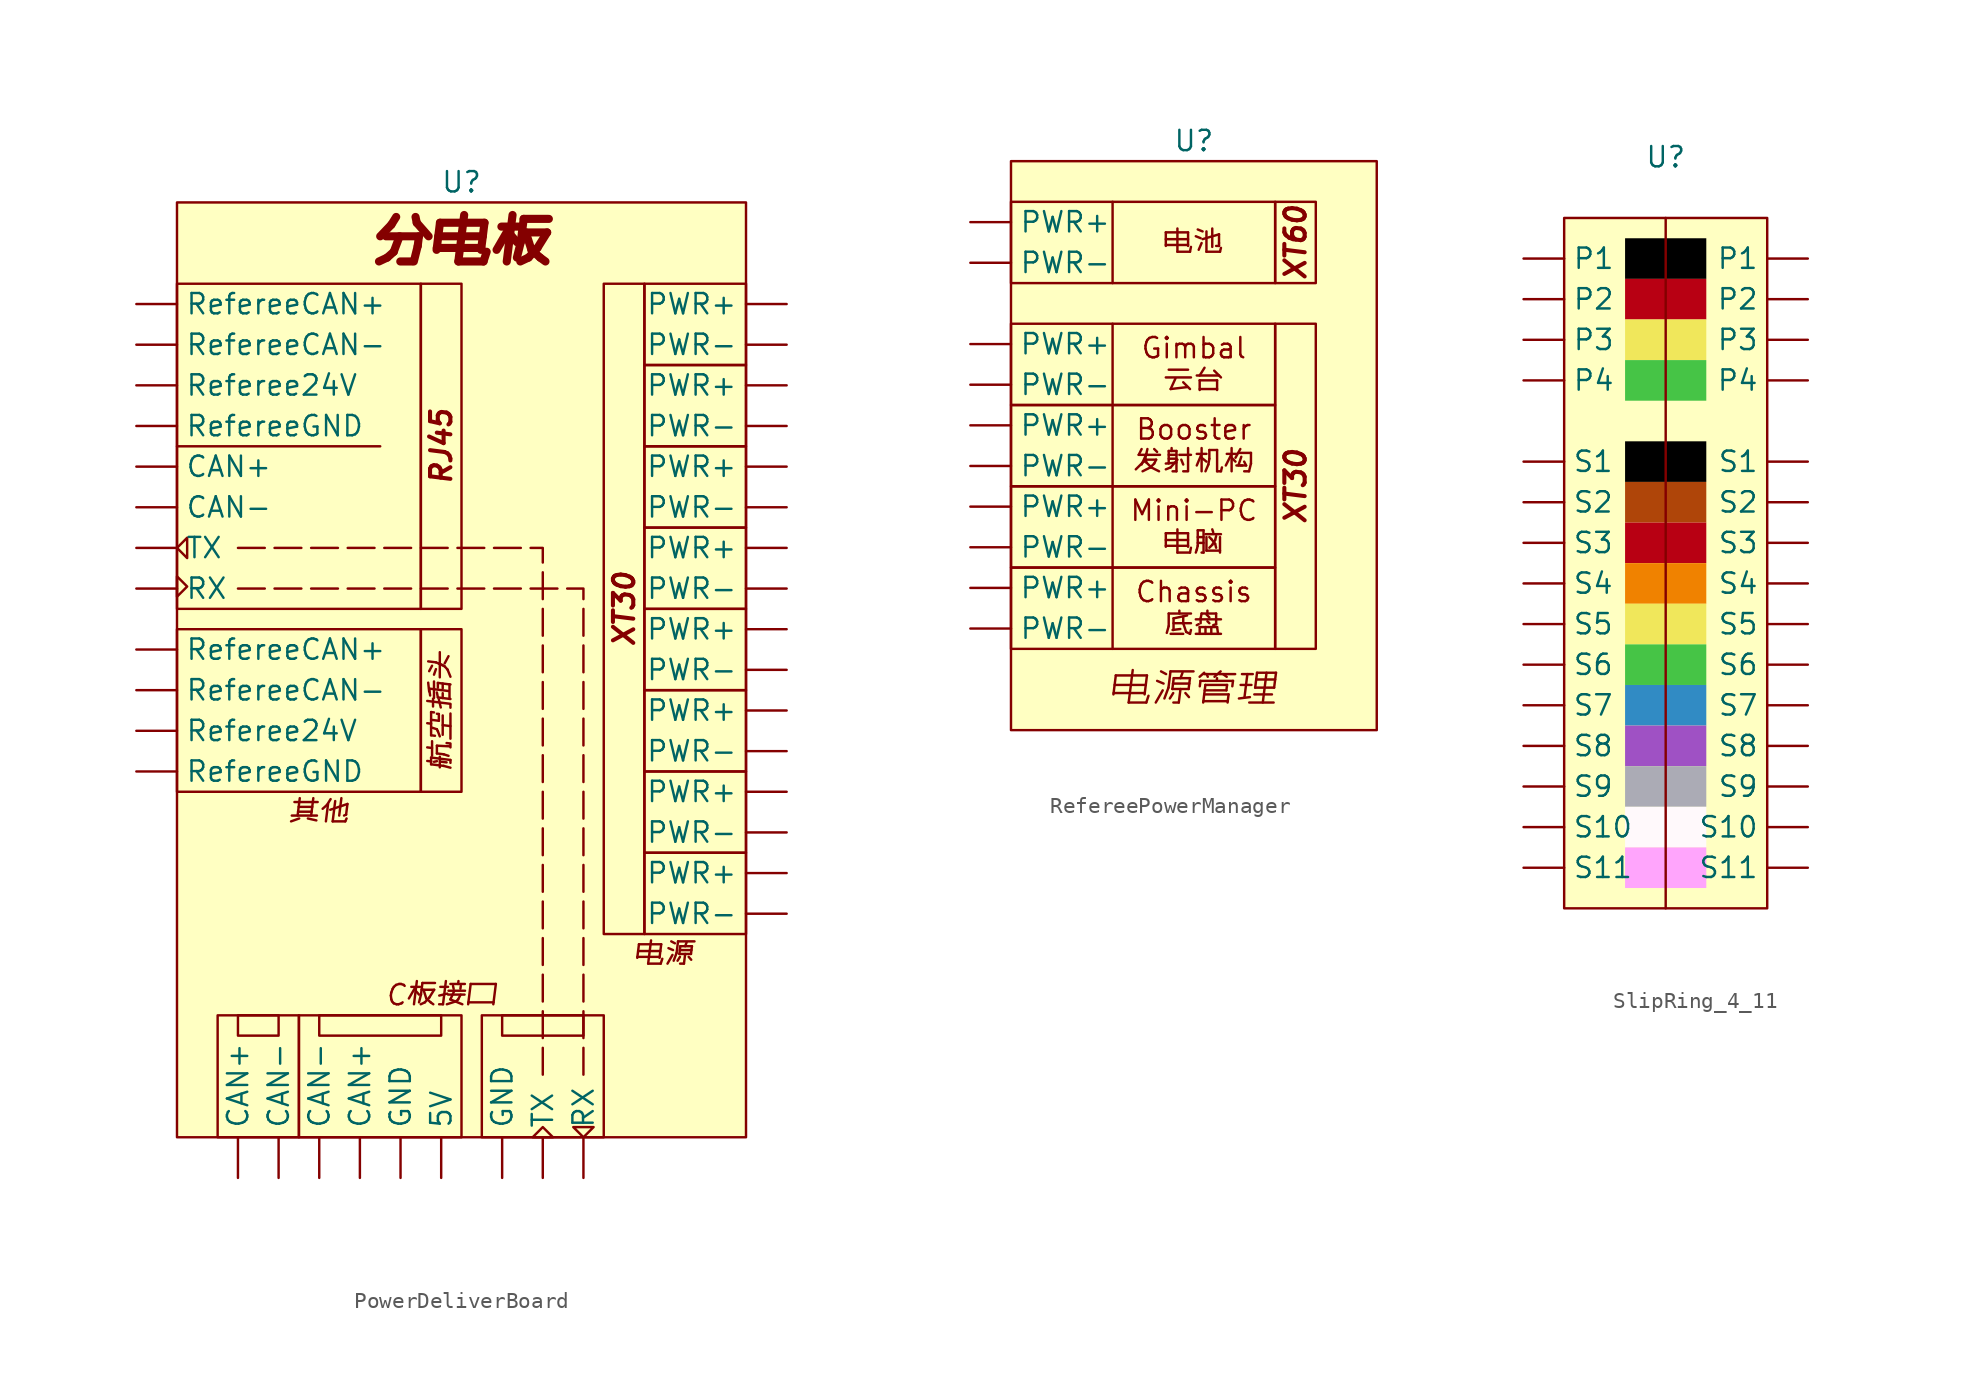
<source format=kicad_sym>
(kicad_symbol_lib
  (version 20220914)
  (generator kicad_symbol_editor)
  (symbol "PowerDeliverBoard"
    (property "Reference" "U"
      (at 0 30.48 0)
      (effects (font (size 1.27 1.27))))
    (property "Value" ""
      (at 12.065 15.24 0)
      (effects (font (size 1.27 1.27))))
    (symbol "PowerDeliverBoard_1_1"
      (rectangle (start -17.78 2.54) (end -2.54 -7.62) (stroke (width 0) (type default)) (fill (type background)))
      (rectangle (start -17.78 24.13) (end -2.54 3.81) (stroke (width 0) (type default)) (fill (type background)))
      (rectangle (start -17.78 29.21) (end 17.78 -29.21) (stroke (width 0) (type default)) (fill (type background)))
      (rectangle (start -11.43 -22.86) (end -13.97 -21.59) (stroke (width 0) (type default)) (fill (type none)))
      (rectangle (start -10.16 -29.21) (end -15.24 -21.59) (stroke (width 0) (type default)) (fill (type background)))
      (rectangle (start -2.54 2.54) (end 0 -7.62) (stroke (width 0) (type default)) (fill (type background)))
      (rectangle (start -2.54 24.13) (end 0 3.81) (stroke (width 0) (type default)) (fill (type background)))
      (rectangle (start -1.27 -22.86) (end -8.89 -21.59) (stroke (width 0) (type default)) (fill (type none)))
      (rectangle (start 0 -29.21) (end -10.16 -21.59) (stroke (width 0) (type default)) (fill (type background)))
      (polyline (pts (xy -17.78 13.97) (xy -5.08 13.97)) (stroke (width 0) (type default)) (fill (type none)))
      (polyline (pts (xy -13.97 5.08) (xy 7.62 5.08) (xy 7.62 -25.4)) (stroke (width 0) (type dash)) (fill (type none)))
      (polyline (pts (xy -13.97 7.62) (xy 5.08 7.62) (xy 5.08 -25.4)) (stroke (width 0) (type dash)) (fill (type none)))
      (polyline (pts (xy -17.78 7.62) (xy -17.145 8.255) (xy -17.145 6.985) (xy -17.78 7.62)) (stroke (width 0) (type default)) (fill (type none)))
      (polyline (pts (xy -17.145 5.207) (xy -17.78 5.842) (xy -17.78 4.572) (xy -17.145 5.207)) (stroke (width 0) (type default)) (fill (type none)))
      (polyline (pts (xy 5.08 -28.575) (xy 4.445 -29.21) (xy 5.715 -29.21) (xy 5.08 -28.575)) (stroke (width 0) (type default)) (fill (type none)))
      (polyline (pts (xy 7.62 -29.21) (xy 6.985 -28.575) (xy 8.255 -28.575) (xy 7.62 -29.21)) (stroke (width 0) (type default)) (fill (type none)))
      (rectangle (start 1.27 -29.21) (end 8.89 -21.59) (stroke (width 0) (type default)) (fill (type background)))
      (rectangle (start 2.54 -22.86) (end 7.62 -21.59) (stroke (width 0) (type default)) (fill (type none)))
      (rectangle (start 8.89 24.13) (end 11.43 -16.51) (stroke (width 0) (type default)) (fill (type background)))
      (rectangle (start 11.43 -11.43) (end 17.78 -16.51) (stroke (width 0) (type default)) (fill (type background)))
      (rectangle (start 11.43 -6.35) (end 17.78 -11.43) (stroke (width 0) (type default)) (fill (type background)))
      (rectangle (start 11.43 -1.27) (end 17.78 -6.35) (stroke (width 0) (type default)) (fill (type background)))
      (rectangle (start 11.43 3.81) (end 17.78 -1.27) (stroke (width 0) (type default)) (fill (type background)))
      (rectangle (start 11.43 8.89) (end 17.78 3.81) (stroke (width 0) (type default)) (fill (type background)))
      (rectangle (start 11.43 13.97) (end 17.78 8.89) (stroke (width 0) (type default)) (fill (type background)))
      (rectangle (start 11.43 19.05) (end 17.78 13.97) (stroke (width 0) (type default)) (fill (type background)))
      (rectangle (start 11.43 24.13) (end 17.78 19.05) (stroke (width 0) (type default)) (fill (type background)))
      (text "C板接口" (at -1.27 -20.32 0) (effects (font (size 1.27 1.27) italic)))
      (text "RJ45" (at -1.27 13.97 900) (effects (font (size 1.27 1.27) bold italic)))
      (text "XT30" (at 10.16 3.81 900) (effects (font (size 1.27 1.27) bold italic)))
      (text "其他" (at -8.89 -8.89 0) (effects (font (size 1.27 1.27) italic)))
      (text "分电板" (at 0 26.67 0) (effects (font (size 2.54 2.54) bold italic)))
      (text "电源" (at 12.7 -17.78 0) (effects (font (size 1.27 1.27) italic)))
      (text "航空插头" (at -1.27 -2.54 900) (effects (font (size 1.27 1.27) italic)))
      (pin input line (at -1.27 -31.75 90) (length 2.54) (name "5V" (effects (font (size 1.27 1.27)))) (number "" (effects (font (size 1.27 1.27)))))
      (pin input line (at -20.32 12.7 0) (length 2.54) (name "CAN+" (effects (font (size 1.27 1.27)))) (number "" (effects (font (size 1.27 1.27)))))
      (pin input line (at -13.97 -31.75 90) (length 2.54) (name "CAN+" (effects (font (size 1.27 1.27)))) (number "" (effects (font (size 1.27 1.27)))))
      (pin input line (at -6.35 -31.75 90) (length 2.54) (name "CAN+" (effects (font (size 1.27 1.27)))) (number "" (effects (font (size 1.27 1.27)))))
      (pin input line (at -20.32 10.16 0) (length 2.54) (name "CAN-" (effects (font (size 1.27 1.27)))) (number "" (effects (font (size 1.27 1.27)))))
      (pin input line (at -11.43 -31.75 90) (length 2.54) (name "CAN-" (effects (font (size 1.27 1.27)))) (number "" (effects (font (size 1.27 1.27)))))
      (pin input line (at -8.89 -31.75 90) (length 2.54) (name "CAN-" (effects (font (size 1.27 1.27)))) (number "" (effects (font (size 1.27 1.27)))))
      (pin input line (at -3.81 -31.75 90) (length 2.54) (name "GND" (effects (font (size 1.27 1.27)))) (number "" (effects (font (size 1.27 1.27)))))
      (pin input line (at 2.54 -31.75 90) (length 2.54) (name "GND" (effects (font (size 1.27 1.27)))) (number "" (effects (font (size 1.27 1.27)))))
      (pin input line (at 20.32 -12.7 180) (length 2.54) (name "PWR+" (effects (font (size 1.27 1.27)))) (number "" (effects (font (size 1.27 1.27)))))
      (pin input line (at 20.32 -7.62 180) (length 2.54) (name "PWR+" (effects (font (size 1.27 1.27)))) (number "" (effects (font (size 1.27 1.27)))))
      (pin input line (at 20.32 -2.54 180) (length 2.54) (name "PWR+" (effects (font (size 1.27 1.27)))) (number "" (effects (font (size 1.27 1.27)))))
      (pin input line (at 20.32 2.54 180) (length 2.54) (name "PWR+" (effects (font (size 1.27 1.27)))) (number "" (effects (font (size 1.27 1.27)))))
      (pin input line (at 20.32 7.62 180) (length 2.54) (name "PWR+" (effects (font (size 1.27 1.27)))) (number "" (effects (font (size 1.27 1.27)))))
      (pin input line (at 20.32 12.7 180) (length 2.54) (name "PWR+" (effects (font (size 1.27 1.27)))) (number "" (effects (font (size 1.27 1.27)))))
      (pin input line (at 20.32 17.78 180) (length 2.54) (name "PWR+" (effects (font (size 1.27 1.27)))) (number "" (effects (font (size 1.27 1.27)))))
      (pin input line (at 20.32 22.86 180) (length 2.54) (name "PWR+" (effects (font (size 1.27 1.27)))) (number "" (effects (font (size 1.27 1.27)))))
      (pin input line (at 20.32 -15.24 180) (length 2.54) (name "PWR-" (effects (font (size 1.27 1.27)))) (number "" (effects (font (size 1.27 1.27)))))
      (pin input line (at 20.32 -10.16 180) (length 2.54) (name "PWR-" (effects (font (size 1.27 1.27)))) (number "" (effects (font (size 1.27 1.27)))))
      (pin input line (at 20.32 -5.08 180) (length 2.54) (name "PWR-" (effects (font (size 1.27 1.27)))) (number "" (effects (font (size 1.27 1.27)))))
      (pin input line (at 20.32 0 180) (length 2.54) (name "PWR-" (effects (font (size 1.27 1.27)))) (number "" (effects (font (size 1.27 1.27)))))
      (pin input line (at 20.32 5.08 180) (length 2.54) (name "PWR-" (effects (font (size 1.27 1.27)))) (number "" (effects (font (size 1.27 1.27)))))
      (pin input line (at 20.32 10.16 180) (length 2.54) (name "PWR-" (effects (font (size 1.27 1.27)))) (number "" (effects (font (size 1.27 1.27)))))
      (pin input line (at 20.32 15.24 180) (length 2.54) (name "PWR-" (effects (font (size 1.27 1.27)))) (number "" (effects (font (size 1.27 1.27)))))
      (pin input line (at 20.32 20.32 180) (length 2.54) (name "PWR-" (effects (font (size 1.27 1.27)))) (number "" (effects (font (size 1.27 1.27)))))
      (pin input line (at -20.32 5.08 0) (length 2.54) (name "RX" (effects (font (size 1.27 1.27)))) (number "" (effects (font (size 1.27 1.27)))))
      (pin input line (at 7.62 -31.75 90) (length 2.54) (name "RX" (effects (font (size 1.27 1.27)))) (number "" (effects (font (size 1.27 1.27)))))
      (pin input line (at -20.32 -3.81 0) (length 2.54) (name "Referee24V" (effects (font (size 1.27 1.27)))) (number "" (effects (font (size 1.27 1.27)))))
      (pin input line (at -20.32 17.78 0) (length 2.54) (name "Referee24V" (effects (font (size 1.27 1.27)))) (number "" (effects (font (size 1.27 1.27)))))
      (pin input line (at -20.32 1.27 0) (length 2.54) (name "RefereeCAN+" (effects (font (size 1.27 1.27)))) (number "" (effects (font (size 1.27 1.27)))))
      (pin input line (at -20.32 22.86 0) (length 2.54) (name "RefereeCAN+" (effects (font (size 1.27 1.27)))) (number "" (effects (font (size 1.27 1.27)))))
      (pin input line (at -20.32 -1.27 0) (length 2.54) (name "RefereeCAN-" (effects (font (size 1.27 1.27)))) (number "" (effects (font (size 1.27 1.27)))))
      (pin input line (at -20.32 20.32 0) (length 2.54) (name "RefereeCAN-" (effects (font (size 1.27 1.27)))) (number "" (effects (font (size 1.27 1.27)))))
      (pin input line (at -20.32 -6.35 0) (length 2.54) (name "RefereeGND" (effects (font (size 1.27 1.27)))) (number "" (effects (font (size 1.27 1.27)))))
      (pin input line (at -20.32 15.24 0) (length 2.54) (name "RefereeGND" (effects (font (size 1.27 1.27)))) (number "" (effects (font (size 1.27 1.27)))))
      (pin input line (at -20.32 7.62 0) (length 2.54) (name "TX" (effects (font (size 1.27 1.27)))) (number "" (effects (font (size 1.27 1.27)))))
      (pin input line (at 5.08 -31.75 90) (length 2.54) (name "TX" (effects (font (size 1.27 1.27)))) (number "" (effects (font (size 1.27 1.27)))))))
  (symbol "RefereePowerManager"
    (property "Reference" "U"
      (at 0 19.05 0)
      (effects (font (size 1.27 1.27))))
    (property "Value" ""
      (at 1.27 6.35 0)
      (effects (font (size 1.27 1.27))))
    (symbol "RefereePowerManager_1_1"
      (rectangle (start -11.43 -7.62) (end 5.08 -12.7) (stroke (width 0) (type default)) (fill (type background)))
      (rectangle (start -11.43 -2.54) (end 5.08 -7.62) (stroke (width 0) (type default)) (fill (type background)))
      (rectangle (start -11.43 2.54) (end 5.08 -2.54) (stroke (width 0) (type default)) (fill (type background)))
      (rectangle (start -11.43 7.62) (end 5.08 2.54) (stroke (width 0) (type default)) (fill (type background)))
      (rectangle (start -11.43 15.24) (end 5.08 10.16) (stroke (width 0) (type default)) (fill (type background)))
      (rectangle (start -11.43 17.78) (end 11.43 -17.78) (stroke (width 0) (type default)) (fill (type background)))
      (polyline (pts (xy -5.08 -7.62) (xy -5.08 -12.7)) (stroke (width 0) (type default)) (fill (type none)))
      (polyline (pts (xy -5.08 -2.54) (xy -5.08 -7.62)) (stroke (width 0) (type default)) (fill (type none)))
      (polyline (pts (xy -5.08 2.54) (xy -5.08 -2.54)) (stroke (width 0) (type default)) (fill (type none)))
      (polyline (pts (xy -5.08 7.62) (xy -5.08 2.54)) (stroke (width 0) (type default)) (fill (type none)))
      (polyline (pts (xy -5.08 15.24) (xy -5.08 10.16)) (stroke (width 0) (type default)) (fill (type none)))
      (rectangle (start 5.08 7.62) (end 7.62 -12.7) (stroke (width 0) (type default)) (fill (type background)))
      (rectangle (start 5.08 15.24) (end 7.62 10.16) (stroke (width 0) (type default)) (fill (type background)))
      (text "Booster\n发射机构" (at 0 0 0) (effects (font (size 1.27 1.27))))
      (text "Chassis\n底盘" (at 0 -10.16 0) (effects (font (size 1.27 1.27))))
      (text "Gimbal\n云台" (at 0 5.08 0) (effects (font (size 1.27 1.27))))
      (text "Mini-PC\n电脑" (at 0 -5.08 0) (effects (font (size 1.27 1.27))))
      (text "XT30" (at 6.35 -2.54 900) (effects (font (size 1.27 1.27) bold italic)))
      (text "XT60" (at 6.35 12.7 900) (effects (font (size 1.27 1.27) bold italic)))
      (text "电池" (at 0 12.7 0) (effects (font (size 1.27 1.27))))
      (text "电源管理" (at 0 -15.24 0) (effects (font (size 1.778 1.778) italic)))
      (pin input line (at -13.97 -8.89 0) (length 2.54) (name "PWR+" (effects (font (size 1.27 1.27)))) (number "" (effects (font (size 1.27 1.27)))))
      (pin input line (at -13.97 -3.81 0) (length 2.54) (name "PWR+" (effects (font (size 1.27 1.27)))) (number "" (effects (font (size 1.27 1.27)))))
      (pin input line (at -13.97 1.27 0) (length 2.54) (name "PWR+" (effects (font (size 1.27 1.27)))) (number "" (effects (font (size 1.27 1.27)))))
      (pin input line (at -13.97 6.35 0) (length 2.54) (name "PWR+" (effects (font (size 1.27 1.27)))) (number "" (effects (font (size 1.27 1.27)))))
      (pin input line (at -13.97 13.97 0) (length 2.54) (name "PWR+" (effects (font (size 1.27 1.27)))) (number "" (effects (font (size 1.27 1.27)))))
      (pin input line (at -13.97 -11.43 0) (length 2.54) (name "PWR-" (effects (font (size 1.27 1.27)))) (number "" (effects (font (size 1.27 1.27)))))
      (pin input line (at -13.97 -6.35 0) (length 2.54) (name "PWR-" (effects (font (size 1.27 1.27)))) (number "" (effects (font (size 1.27 1.27)))))
      (pin input line (at -13.97 -1.27 0) (length 2.54) (name "PWR-" (effects (font (size 1.27 1.27)))) (number "" (effects (font (size 1.27 1.27)))))
      (pin input line (at -13.97 3.81 0) (length 2.54) (name "PWR-" (effects (font (size 1.27 1.27)))) (number "" (effects (font (size 1.27 1.27)))))
      (pin input line (at -13.97 11.43 0) (length 2.54) (name "PWR-" (effects (font (size 1.27 1.27)))) (number "" (effects (font (size 1.27 1.27)))))))
  (symbol "SlipRing_4_11"
    (property "Reference" "U"
      (at 0 25.4 0)
      (effects (font (size 1.27 1.27))))
    (property "Value" ""
      (at 12.7 7.62 0)
      (effects (font (size 1.27 1.27))))
    (symbol "SlipRing_4_11_0_1"
      (polyline (pts (xy 0 21.59) (xy 0 -21.59)) (stroke (width 0) (type default)) (fill (type none))))
    (symbol "SlipRing_4_11_1_1"
      (rectangle (start -6.35 21.59) (end 6.35 -21.59) (stroke (width 0) (type default)) (fill (type background)))
      (rectangle (start -2.54 -17.78) (end 2.54 -20.32) (stroke (width -0.0001) (type default)) (fill (type color) (color 255 165 252 1)))
      (rectangle (start -2.54 -15.24) (end 2.54 -17.78) (stroke (width -0.0001) (type default)) (fill (type color) (color 255 249 251 1)))
      (rectangle (start -2.54 -12.7) (end 2.54 -15.24) (stroke (width -0.0001) (type default)) (fill (type color) (color 171 171 181 1)))
      (rectangle (start -2.54 -10.16) (end 2.54 -12.7) (stroke (width -0.0001) (type default)) (fill (type color) (color 159 81 196 1)))
      (rectangle (start -2.54 -7.62) (end 2.54 -10.16) (stroke (width -0.0001) (type default)) (fill (type color) (color 49 139 196 1)))
      (rectangle (start -2.54 -5.08) (end 2.54 -7.62) (stroke (width -0.0001) (type default)) (fill (type color) (color 70 196 70 1)))
      (rectangle (start -2.54 -2.54) (end 2.54 -5.08) (stroke (width -0.0001) (type default)) (fill (type color) (color 240 231 91 1)))
      (rectangle (start -2.54 0) (end 2.54 -2.54) (stroke (width -0.0001) (type default)) (fill (type color) (color 240 130 0 1)))
      (rectangle (start -2.54 2.54) (end 2.54 0) (stroke (width -0.0001) (type default)) (fill (type color) (color 184 0 19 1)))
      (rectangle (start -2.54 5.08) (end 2.54 2.54) (stroke (width -0.0001) (type default)) (fill (type color) (color 175 69 9 1)))
      (rectangle (start -2.54 7.62) (end 2.54 5.08) (stroke (width -0.0001) (type default)) (fill (type color) (color 0 0 0 1)))
      (rectangle (start -2.54 12.7) (end 2.54 10.16) (stroke (width -0.0001) (type default)) (fill (type color) (color 70 196 70 1)))
      (rectangle (start -2.54 15.24) (end 2.54 12.7) (stroke (width -0.0001) (type default)) (fill (type color) (color 240 231 91 1)))
      (rectangle (start -2.54 17.78) (end 2.54 15.24) (stroke (width -0.0001) (type default)) (fill (type color) (color 184 0 19 1)))
      (rectangle (start -2.54 20.32) (end 2.54 17.78) (stroke (width -0.0001) (type default)) (fill (type color) (color 0 0 0 1)))
      (pin input line (at -8.89 19.05 0) (length 2.54) (name "P1" (effects (font (size 1.27 1.27)))) (number "" (effects (font (size 1.27 1.27)))))
      (pin input line (at 8.89 19.05 180) (length 2.54) (name "P1" (effects (font (size 1.27 1.27)))) (number "" (effects (font (size 1.27 1.27)))))
      (pin input line (at -8.89 16.51 0) (length 2.54) (name "P2" (effects (font (size 1.27 1.27)))) (number "" (effects (font (size 1.27 1.27)))))
      (pin input line (at 8.89 16.51 180) (length 2.54) (name "P2" (effects (font (size 1.27 1.27)))) (number "" (effects (font (size 1.27 1.27)))))
      (pin input line (at -8.89 13.97 0) (length 2.54) (name "P3" (effects (font (size 1.27 1.27)))) (number "" (effects (font (size 1.27 1.27)))))
      (pin input line (at 8.89 13.97 180) (length 2.54) (name "P3" (effects (font (size 1.27 1.27)))) (number "" (effects (font (size 1.27 1.27)))))
      (pin input line (at -8.89 11.43 0) (length 2.54) (name "P4" (effects (font (size 1.27 1.27)))) (number "" (effects (font (size 1.27 1.27)))))
      (pin input line (at 8.89 11.43 180) (length 2.54) (name "P4" (effects (font (size 1.27 1.27)))) (number "" (effects (font (size 1.27 1.27)))))
      (pin input line (at -8.89 6.35 0) (length 2.54) (name "S1" (effects (font (size 1.27 1.27)))) (number "" (effects (font (size 1.27 1.27)))))
      (pin input line (at 8.89 6.35 180) (length 2.54) (name "S1" (effects (font (size 1.27 1.27)))) (number "" (effects (font (size 1.27 1.27)))))
      (pin input line (at -8.89 -16.51 0) (length 2.54) (name "S10" (effects (font (size 1.27 1.27)))) (number "" (effects (font (size 1.27 1.27)))))
      (pin input line (at 8.89 -16.51 180) (length 2.54) (name "S10" (effects (font (size 1.27 1.27)))) (number "" (effects (font (size 1.27 1.27)))))
      (pin input line (at -8.89 -19.05 0) (length 2.54) (name "S11" (effects (font (size 1.27 1.27)))) (number "" (effects (font (size 1.27 1.27)))))
      (pin input line (at 8.89 -19.05 180) (length 2.54) (name "S11" (effects (font (size 1.27 1.27)))) (number "" (effects (font (size 1.27 1.27)))))
      (pin input line (at -8.89 3.81 0) (length 2.54) (name "S2" (effects (font (size 1.27 1.27)))) (number "" (effects (font (size 1.27 1.27)))))
      (pin input line (at 8.89 3.81 180) (length 2.54) (name "S2" (effects (font (size 1.27 1.27)))) (number "" (effects (font (size 1.27 1.27)))))
      (pin input line (at -8.89 1.27 0) (length 2.54) (name "S3" (effects (font (size 1.27 1.27)))) (number "" (effects (font (size 1.27 1.27)))))
      (pin input line (at 8.89 1.27 180) (length 2.54) (name "S3" (effects (font (size 1.27 1.27)))) (number "" (effects (font (size 1.27 1.27)))))
      (pin input line (at -8.89 -1.27 0) (length 2.54) (name "S4" (effects (font (size 1.27 1.27)))) (number "" (effects (font (size 1.27 1.27)))))
      (pin input line (at 8.89 -1.27 180) (length 2.54) (name "S4" (effects (font (size 1.27 1.27)))) (number "" (effects (font (size 1.27 1.27)))))
      (pin input line (at -8.89 -3.81 0) (length 2.54) (name "S5" (effects (font (size 1.27 1.27)))) (number "" (effects (font (size 1.27 1.27)))))
      (pin input line (at 8.89 -3.81 180) (length 2.54) (name "S5" (effects (font (size 1.27 1.27)))) (number "" (effects (font (size 1.27 1.27)))))
      (pin input line (at -8.89 -6.35 0) (length 2.54) (name "S6" (effects (font (size 1.27 1.27)))) (number "" (effects (font (size 1.27 1.27)))))
      (pin input line (at 8.89 -6.35 180) (length 2.54) (name "S6" (effects (font (size 1.27 1.27)))) (number "" (effects (font (size 1.27 1.27)))))
      (pin input line (at -8.89 -8.89 0) (length 2.54) (name "S7" (effects (font (size 1.27 1.27)))) (number "" (effects (font (size 1.27 1.27)))))
      (pin input line (at 8.89 -8.89 180) (length 2.54) (name "S7" (effects (font (size 1.27 1.27)))) (number "" (effects (font (size 1.27 1.27)))))
      (pin input line (at -8.89 -11.43 0) (length 2.54) (name "S8" (effects (font (size 1.27 1.27)))) (number "" (effects (font (size 1.27 1.27)))))
      (pin input line (at 8.89 -11.43 180) (length 2.54) (name "S8" (effects (font (size 1.27 1.27)))) (number "" (effects (font (size 1.27 1.27)))))
      (pin input line (at -8.89 -13.97 0) (length 2.54) (name "S9" (effects (font (size 1.27 1.27)))) (number "" (effects (font (size 1.27 1.27)))))
      (pin input line (at 8.89 -13.97 180) (length 2.54) (name "S9" (effects (font (size 1.27 1.27)))) (number "" (effects (font (size 1.27 1.27))))))))
</source>
